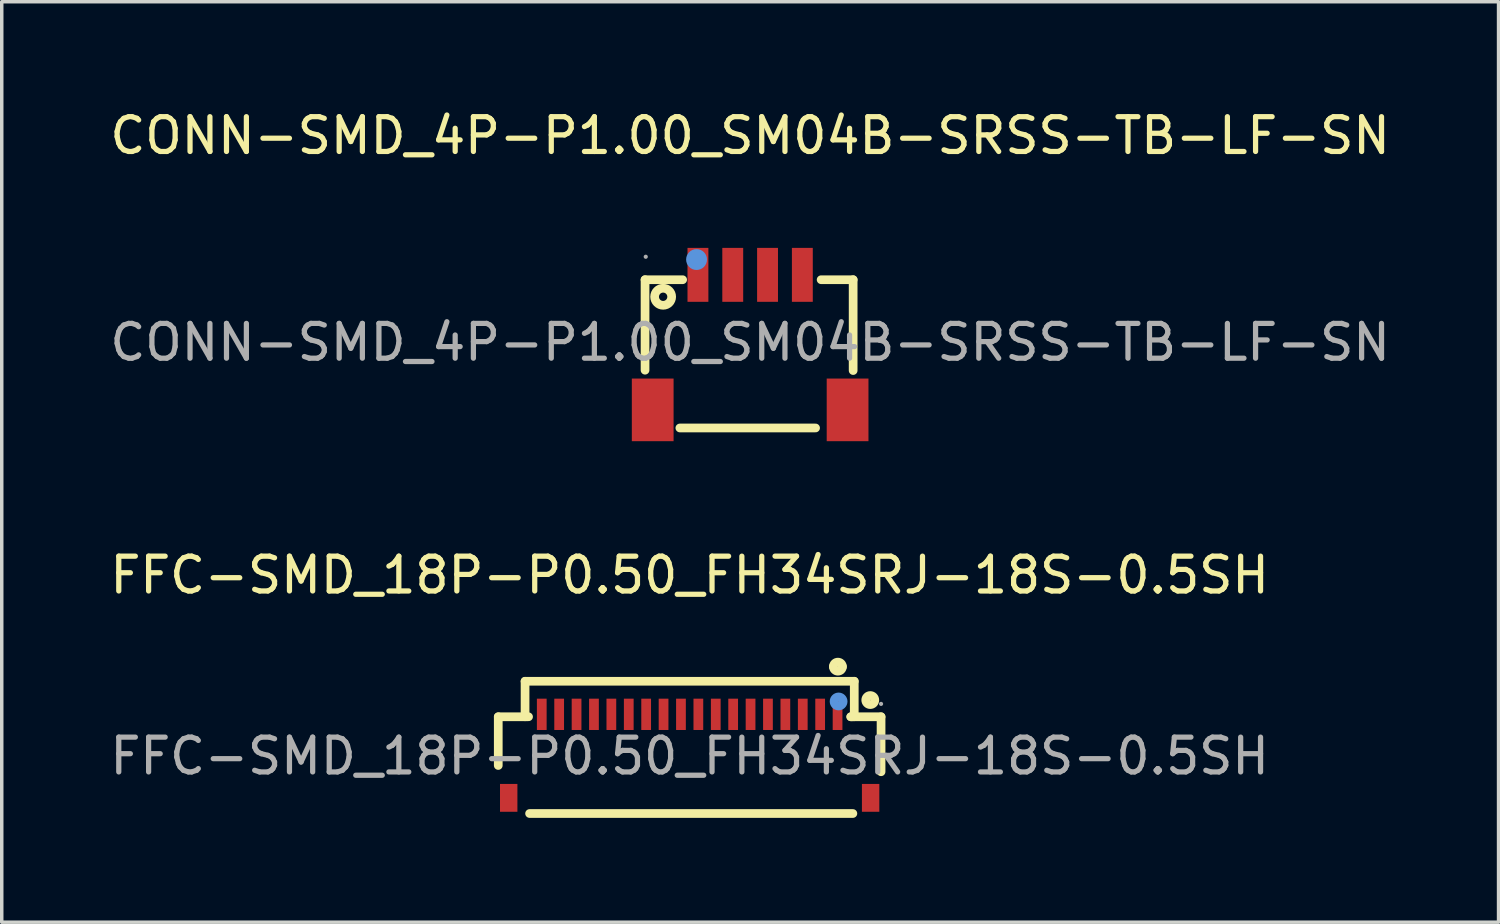
<source format=kicad_pcb>
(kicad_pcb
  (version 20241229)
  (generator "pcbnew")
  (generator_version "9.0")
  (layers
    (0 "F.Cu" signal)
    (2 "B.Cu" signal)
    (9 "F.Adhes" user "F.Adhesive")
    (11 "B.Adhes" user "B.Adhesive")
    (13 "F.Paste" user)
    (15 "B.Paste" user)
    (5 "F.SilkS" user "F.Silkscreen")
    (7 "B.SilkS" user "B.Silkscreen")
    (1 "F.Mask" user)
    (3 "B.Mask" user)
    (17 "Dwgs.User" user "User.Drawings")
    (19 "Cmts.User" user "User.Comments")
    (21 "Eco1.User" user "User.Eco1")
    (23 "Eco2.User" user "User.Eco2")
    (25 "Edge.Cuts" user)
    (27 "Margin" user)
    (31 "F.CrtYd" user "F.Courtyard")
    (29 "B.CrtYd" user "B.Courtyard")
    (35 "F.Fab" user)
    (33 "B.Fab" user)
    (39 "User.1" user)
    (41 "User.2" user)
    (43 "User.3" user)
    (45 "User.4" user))
  (footprint "CONN-SMD_4P-P1.00_SM04B-SRSS-TB-LF-SN"
    (layer "F.Cu")
    (at 18.506 6.788)
    (property "Reference" "CONN-SMD_4P-P1.00_SM04B-SRSS-TB-LF-SN" (at 0 -5.94 0) (layer "F.SilkS") (effects (font (size 1 1) (thickness 0.15))))
    (attr through_hole)
    (fp_line (start -3.02 -1.8) (end -3.02 0.8) (stroke (width 0.25) (type solid)) (layer "F.SilkS"))
    (fp_line (start -2.02 2.46) (end 1.88 2.46) (stroke (width 0.25) (type solid)) (layer "F.SilkS"))
    (fp_line (start -1.94 -1.8) (end -3.02 -1.8) (stroke (width 0.25) (type solid)) (layer "F.SilkS"))
    (fp_line (start 2.04 -1.8) (end 2.96 -1.8) (stroke (width 0.25) (type solid)) (layer "F.SilkS"))
    (fp_line (start 2.96 -1.8) (end 2.96 0.81) (stroke (width 0.25) (type solid)) (layer "F.SilkS"))
    (fp_circle (center -2.5 -1.31) (end -2.38 -1.31) (stroke (width 0.25) (type solid)) (fill no) (layer "F.SilkS"))
    (fp_circle (center -1.54 -2.38) (end -1.39 -2.38) (stroke (width 0.3) (type solid)) (fill no) (layer "Cmts.User"))
    (fp_circle (center -3 -2.46) (end -2.97 -2.46) (stroke (width 0.06) (type solid)) (fill no) (layer "F.Fab"))
    (fp_text user "${REFERENCE}" (at 0 0 0) (layer "F.Fab") (effects (font (size 1 1) (thickness 0.15))))
    (pad "1" smd rect (at -1.5 -1.94) (size 0.6 1.55) (layers "F.Cu" "F.Mask" "F.Paste"))
    (pad "2" smd rect (at -0.5 -1.94) (size 0.6 1.55) (layers "F.Cu" "F.Mask" "F.Paste"))
    (pad "3" smd rect (at 0.5 -1.94) (size 0.6 1.55) (layers "F.Cu" "F.Mask" "F.Paste"))
    (pad "4" smd rect (at 1.5 -1.94) (size 0.6 1.55) (layers "F.Cu" "F.Mask" "F.Paste"))
    (pad "5" smd rect (at 2.8 1.94) (size 1.2 1.8) (layers "F.Cu" "F.Mask" "F.Paste"))
    (pad "6" smd rect (at -2.8 1.94) (size 1.2 1.8) (layers "F.Cu" "F.Mask" "F.Paste")))
  (footprint "FFC-SMD_18P-P0.50_FH34SRJ-18S-0.5SH"
    (layer "F.Cu")
    (at 16.768 18.677)
    (property "Reference" "FFC-SMD_18P-P0.50_FH34SRJ-18S-0.5SH" (at 0 -5.2 0) (layer "F.SilkS") (effects (font (size 1 1) (thickness 0.15))))
    (attr through_hole)
    (fp_line (start -5.5 -1.13) (end -5.5 0.27) (stroke (width 0.25) (type solid)) (layer "F.SilkS"))
    (fp_line (start -5.5 -1.13) (end -4.63 -1.13) (stroke (width 0.25) (type solid)) (layer "F.SilkS"))
    (fp_line (start -4.73 -2.15) (end -4.73 -1.13) (stroke (width 0.25) (type solid)) (layer "F.SilkS"))
    (fp_line (start -4.73 -2.15) (end 4.73 -2.15) (stroke (width 0.25) (type solid)) (layer "F.SilkS"))
    (fp_line (start -4.6 1.65) (end 4.69 1.65) (stroke (width 0.25) (type solid)) (layer "F.SilkS"))
    (fp_line (start 4.63 -1.13) (end 4.69 -1.13) (stroke (width 0.25) (type solid)) (layer "F.SilkS"))
    (fp_line (start 4.73 -2.15) (end 4.73 -1.13) (stroke (width 0.25) (type solid)) (layer "F.SilkS"))
    (fp_line (start 5.5 -1.13) (end 4.63 -1.13) (stroke (width 0.25) (type solid)) (layer "F.SilkS"))
    (fp_line (start 5.5 0.45) (end 5.5 -1.13) (stroke (width 0.25) (type solid)) (layer "F.SilkS"))
    (fp_arc (start 4.13 -2.57) (mid 4.26 -2.7) (end 4.39 -2.57) (stroke (width 0.25) (type solid)) (layer "F.SilkS"))
    (fp_arc (start 4.39 -2.57) (mid 4.26 -2.44) (end 4.13 -2.57) (stroke (width 0.25) (type solid)) (layer "F.SilkS"))
    (fp_circle (center 5.19 -1.61) (end 5.32 -1.61) (stroke (width 0.25) (type solid)) (fill no) (layer "F.SilkS"))
    (fp_circle (center 4.28 -1.57) (end 4.41 -1.57) (stroke (width 0.25) (type solid)) (fill no) (layer "Cmts.User"))
    (fp_circle (center 5.5 -1.5) (end 5.53 -1.5) (stroke (width 0.06) (type solid)) (fill no) (layer "F.Fab"))
    (fp_text user "${REFERENCE}" (at 0 0 0) (layer "F.Fab") (effects (font (size 1 1) (thickness 0.15))))
    (pad "1" smd rect (at 4.25 -1.2) (size 0.28 0.9) (layers "F.Cu" "F.Mask" "F.Paste"))
    (pad "2" smd rect (at 3.75 -1.2) (size 0.28 0.9) (layers "F.Cu" "F.Mask" "F.Paste"))
    (pad "3" smd rect (at 3.25 -1.2) (size 0.28 0.9) (layers "F.Cu" "F.Mask" "F.Paste"))
    (pad "4" smd rect (at 2.75 -1.2) (size 0.28 0.9) (layers "F.Cu" "F.Mask" "F.Paste"))
    (pad "5" smd rect (at 2.25 -1.2) (size 0.28 0.9) (layers "F.Cu" "F.Mask" "F.Paste"))
    (pad "6" smd rect (at 1.75 -1.2) (size 0.28 0.9) (layers "F.Cu" "F.Mask" "F.Paste"))
    (pad "7" smd rect (at 1.25 -1.2) (size 0.28 0.9) (layers "F.Cu" "F.Mask" "F.Paste"))
    (pad "8" smd rect (at 0.75 -1.2) (size 0.28 0.9) (layers "F.Cu" "F.Mask" "F.Paste"))
    (pad "9" smd rect (at 0.25 -1.2) (size 0.28 0.9) (layers "F.Cu" "F.Mask" "F.Paste"))
    (pad "10" smd rect (at -0.25 -1.2) (size 0.28 0.9) (layers "F.Cu" "F.Mask" "F.Paste"))
    (pad "11" smd rect (at -0.75 -1.2) (size 0.28 0.9) (layers "F.Cu" "F.Mask" "F.Paste"))
    (pad "12" smd rect (at -1.25 -1.2) (size 0.28 0.9) (layers "F.Cu" "F.Mask" "F.Paste"))
    (pad "13" smd rect (at -1.75 -1.2) (size 0.28 0.9) (layers "F.Cu" "F.Mask" "F.Paste"))
    (pad "14" smd rect (at -2.25 -1.2) (size 0.28 0.9) (layers "F.Cu" "F.Mask" "F.Paste"))
    (pad "15" smd rect (at -2.75 -1.2) (size 0.28 0.9) (layers "F.Cu" "F.Mask" "F.Paste"))
    (pad "16" smd rect (at -3.25 -1.2) (size 0.28 0.9) (layers "F.Cu" "F.Mask" "F.Paste"))
    (pad "17" smd rect (at -3.75 -1.2) (size 0.28 0.9) (layers "F.Cu" "F.Mask" "F.Paste"))
    (pad "18" smd rect (at -4.25 -1.2) (size 0.28 0.9) (layers "F.Cu" "F.Mask" "F.Paste"))
    (pad "19" smd rect (at -5.2 1.2) (size 0.5 0.8) (layers "F.Cu" "F.Mask" "F.Paste"))
    (pad "20" smd rect (at 5.2 1.2) (size 0.5 0.8) (layers "F.Cu" "F.Mask" "F.Paste")))
  (gr_rect
    (start -3 -3)
    (end 40.012 23.451)
    (stroke (width 0.1) (type default))
    (fill no)
    (layer "Edge.Cuts")))
</source>
